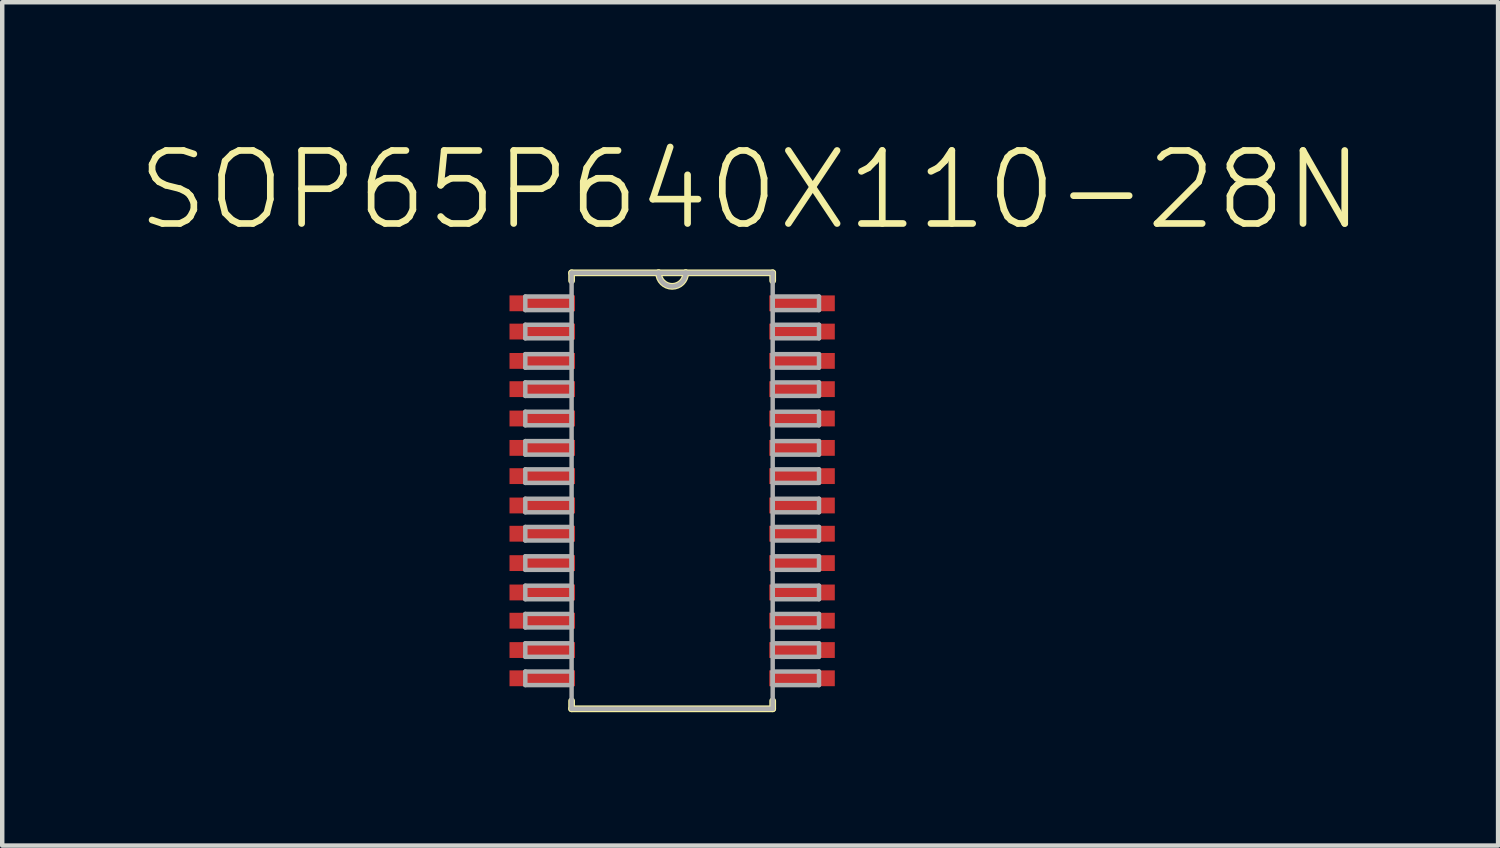
<source format=kicad_pcb>
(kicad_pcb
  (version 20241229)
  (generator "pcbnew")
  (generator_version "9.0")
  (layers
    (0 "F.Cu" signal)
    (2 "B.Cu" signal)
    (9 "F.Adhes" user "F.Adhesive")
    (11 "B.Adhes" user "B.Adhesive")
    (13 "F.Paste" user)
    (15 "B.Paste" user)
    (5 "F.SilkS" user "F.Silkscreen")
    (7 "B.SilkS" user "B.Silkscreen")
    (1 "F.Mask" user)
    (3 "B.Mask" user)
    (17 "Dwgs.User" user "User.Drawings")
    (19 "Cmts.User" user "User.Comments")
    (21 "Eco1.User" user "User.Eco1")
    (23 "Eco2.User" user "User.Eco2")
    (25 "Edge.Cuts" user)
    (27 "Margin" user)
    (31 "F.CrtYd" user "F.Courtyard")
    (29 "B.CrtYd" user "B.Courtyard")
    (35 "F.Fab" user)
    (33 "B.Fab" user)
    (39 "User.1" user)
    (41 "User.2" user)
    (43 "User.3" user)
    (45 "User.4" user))
  (footprint "SOP65P640X110-28N"
    (layer "F.Cu")
    (at 12.065 7.987)
    (property "Reference" "SOP65P640X110-28N" (at 1.754 -6.763 0) (layer "F.SilkS") (effects (font (size 1.642 1.642) (thickness 0.15))))
    (attr through_hole)
    (fp_line (start -2.261 -4.902) (end -2.261 -4.724) (stroke (width 0.152) (type solid)) (layer "F.SilkS"))
    (fp_line (start -2.261 4.724) (end -2.261 4.902) (stroke (width 0.152) (type solid)) (layer "F.SilkS"))
    (fp_line (start -2.261 4.902) (end 2.261 4.902) (stroke (width 0.152) (type solid)) (layer "F.SilkS"))
    (fp_line (start -0.305 -4.902) (end -2.261 -4.902) (stroke (width 0.152) (type solid)) (layer "F.SilkS"))
    (fp_line (start 0.305 -4.902) (end -0.305 -4.902) (stroke (width 0.152) (type solid)) (layer "F.SilkS"))
    (fp_line (start 2.261 -4.902) (end 0.305 -4.902) (stroke (width 0.152) (type solid)) (layer "F.SilkS"))
    (fp_line (start 2.261 -4.724) (end 2.261 -4.902) (stroke (width 0.152) (type solid)) (layer "F.SilkS"))
    (fp_line (start 2.261 4.902) (end 2.261 4.724) (stroke (width 0.152) (type solid)) (layer "F.SilkS"))
    (fp_arc (start 0.3048 -4.9022) (mid 0 -4.5974) (end -0.3048 -4.9022) (stroke (width 0.1524) (type solid)) (layer "F.SilkS"))
    (fp_line (start -3.302 -4.369) (end -3.302 -4.064) (stroke (width 0.1) (type solid)) (layer "F.Fab"))
    (fp_line (start -3.302 -4.064) (end -2.261 -4.064) (stroke (width 0.1) (type solid)) (layer "F.Fab"))
    (fp_line (start -3.302 -3.734) (end -3.302 -3.429) (stroke (width 0.1) (type solid)) (layer "F.Fab"))
    (fp_line (start -3.302 -3.429) (end -2.261 -3.429) (stroke (width 0.1) (type solid)) (layer "F.Fab"))
    (fp_line (start -3.302 -3.073) (end -3.302 -2.769) (stroke (width 0.1) (type solid)) (layer "F.Fab"))
    (fp_line (start -3.302 -2.769) (end -2.261 -2.769) (stroke (width 0.1) (type solid)) (layer "F.Fab"))
    (fp_line (start -3.302 -2.438) (end -3.302 -2.134) (stroke (width 0.1) (type solid)) (layer "F.Fab"))
    (fp_line (start -3.302 -2.134) (end -2.261 -2.134) (stroke (width 0.1) (type solid)) (layer "F.Fab"))
    (fp_line (start -3.302 -1.778) (end -3.302 -1.473) (stroke (width 0.1) (type solid)) (layer "F.Fab"))
    (fp_line (start -3.302 -1.473) (end -2.261 -1.473) (stroke (width 0.1) (type solid)) (layer "F.Fab"))
    (fp_line (start -3.302 -1.118) (end -3.302 -0.813) (stroke (width 0.1) (type solid)) (layer "F.Fab"))
    (fp_line (start -3.302 -0.813) (end -2.261 -0.813) (stroke (width 0.1) (type solid)) (layer "F.Fab"))
    (fp_line (start -3.302 -0.483) (end -3.302 -0.178) (stroke (width 0.1) (type solid)) (layer "F.Fab"))
    (fp_line (start -3.302 -0.178) (end -2.261 -0.178) (stroke (width 0.1) (type solid)) (layer "F.Fab"))
    (fp_line (start -3.302 0.178) (end -3.302 0.483) (stroke (width 0.1) (type solid)) (layer "F.Fab"))
    (fp_line (start -3.302 0.483) (end -2.261 0.483) (stroke (width 0.1) (type solid)) (layer "F.Fab"))
    (fp_line (start -3.302 0.813) (end -3.302 1.118) (stroke (width 0.1) (type solid)) (layer "F.Fab"))
    (fp_line (start -3.302 1.118) (end -2.261 1.118) (stroke (width 0.1) (type solid)) (layer "F.Fab"))
    (fp_line (start -3.302 1.473) (end -3.302 1.778) (stroke (width 0.1) (type solid)) (layer "F.Fab"))
    (fp_line (start -3.302 1.778) (end -2.261 1.778) (stroke (width 0.1) (type solid)) (layer "F.Fab"))
    (fp_line (start -3.302 2.134) (end -3.302 2.438) (stroke (width 0.1) (type solid)) (layer "F.Fab"))
    (fp_line (start -3.302 2.438) (end -2.261 2.438) (stroke (width 0.1) (type solid)) (layer "F.Fab"))
    (fp_line (start -3.302 2.769) (end -3.302 3.073) (stroke (width 0.1) (type solid)) (layer "F.Fab"))
    (fp_line (start -3.302 3.073) (end -2.261 3.073) (stroke (width 0.1) (type solid)) (layer "F.Fab"))
    (fp_line (start -3.302 3.429) (end -3.302 3.734) (stroke (width 0.1) (type solid)) (layer "F.Fab"))
    (fp_line (start -3.302 3.734) (end -2.261 3.734) (stroke (width 0.1) (type solid)) (layer "F.Fab"))
    (fp_line (start -3.302 4.064) (end -3.302 4.369) (stroke (width 0.1) (type solid)) (layer "F.Fab"))
    (fp_line (start -3.302 4.369) (end -2.261 4.369) (stroke (width 0.1) (type solid)) (layer "F.Fab"))
    (fp_line (start -2.261 -4.902) (end -2.261 4.902) (stroke (width 0.1) (type solid)) (layer "F.Fab"))
    (fp_line (start -2.261 -4.369) (end -3.302 -4.369) (stroke (width 0.1) (type solid)) (layer "F.Fab"))
    (fp_line (start -2.261 -4.064) (end -2.261 -4.369) (stroke (width 0.1) (type solid)) (layer "F.Fab"))
    (fp_line (start -2.261 -3.734) (end -3.302 -3.734) (stroke (width 0.1) (type solid)) (layer "F.Fab"))
    (fp_line (start -2.261 -3.429) (end -2.261 -3.734) (stroke (width 0.1) (type solid)) (layer "F.Fab"))
    (fp_line (start -2.261 -3.073) (end -3.302 -3.073) (stroke (width 0.1) (type solid)) (layer "F.Fab"))
    (fp_line (start -2.261 -2.769) (end -2.261 -3.073) (stroke (width 0.1) (type solid)) (layer "F.Fab"))
    (fp_line (start -2.261 -2.438) (end -3.302 -2.438) (stroke (width 0.1) (type solid)) (layer "F.Fab"))
    (fp_line (start -2.261 -2.134) (end -2.261 -2.438) (stroke (width 0.1) (type solid)) (layer "F.Fab"))
    (fp_line (start -2.261 -1.778) (end -3.302 -1.778) (stroke (width 0.1) (type solid)) (layer "F.Fab"))
    (fp_line (start -2.261 -1.473) (end -2.261 -1.778) (stroke (width 0.1) (type solid)) (layer "F.Fab"))
    (fp_line (start -2.261 -1.118) (end -3.302 -1.118) (stroke (width 0.1) (type solid)) (layer "F.Fab"))
    (fp_line (start -2.261 -0.813) (end -2.261 -1.118) (stroke (width 0.1) (type solid)) (layer "F.Fab"))
    (fp_line (start -2.261 -0.483) (end -3.302 -0.483) (stroke (width 0.1) (type solid)) (layer "F.Fab"))
    (fp_line (start -2.261 -0.178) (end -2.261 -0.483) (stroke (width 0.1) (type solid)) (layer "F.Fab"))
    (fp_line (start -2.261 0.178) (end -3.302 0.178) (stroke (width 0.1) (type solid)) (layer "F.Fab"))
    (fp_line (start -2.261 0.483) (end -2.261 0.178) (stroke (width 0.1) (type solid)) (layer "F.Fab"))
    (fp_line (start -2.261 0.813) (end -3.302 0.813) (stroke (width 0.1) (type solid)) (layer "F.Fab"))
    (fp_line (start -2.261 1.118) (end -2.261 0.813) (stroke (width 0.1) (type solid)) (layer "F.Fab"))
    (fp_line (start -2.261 1.473) (end -3.302 1.473) (stroke (width 0.1) (type solid)) (layer "F.Fab"))
    (fp_line (start -2.261 1.778) (end -2.261 1.473) (stroke (width 0.1) (type solid)) (layer "F.Fab"))
    (fp_line (start -2.261 2.134) (end -3.302 2.134) (stroke (width 0.1) (type solid)) (layer "F.Fab"))
    (fp_line (start -2.261 2.438) (end -2.261 2.134) (stroke (width 0.1) (type solid)) (layer "F.Fab"))
    (fp_line (start -2.261 2.769) (end -3.302 2.769) (stroke (width 0.1) (type solid)) (layer "F.Fab"))
    (fp_line (start -2.261 3.073) (end -2.261 2.769) (stroke (width 0.1) (type solid)) (layer "F.Fab"))
    (fp_line (start -2.261 3.429) (end -3.302 3.429) (stroke (width 0.1) (type solid)) (layer "F.Fab"))
    (fp_line (start -2.261 3.734) (end -2.261 3.429) (stroke (width 0.1) (type solid)) (layer "F.Fab"))
    (fp_line (start -2.261 4.064) (end -3.302 4.064) (stroke (width 0.1) (type solid)) (layer "F.Fab"))
    (fp_line (start -2.261 4.369) (end -2.261 4.064) (stroke (width 0.1) (type solid)) (layer "F.Fab"))
    (fp_line (start -2.261 4.902) (end 2.261 4.902) (stroke (width 0.1) (type solid)) (layer "F.Fab"))
    (fp_line (start -0.305 -4.902) (end -2.261 -4.902) (stroke (width 0.1) (type solid)) (layer "F.Fab"))
    (fp_line (start 0.305 -4.902) (end -0.305 -4.902) (stroke (width 0.1) (type solid)) (layer "F.Fab"))
    (fp_line (start 2.261 -4.902) (end 0.305 -4.902) (stroke (width 0.1) (type solid)) (layer "F.Fab"))
    (fp_line (start 2.261 -4.369) (end 2.261 -4.064) (stroke (width 0.1) (type solid)) (layer "F.Fab"))
    (fp_line (start 2.261 -4.064) (end 3.302 -4.064) (stroke (width 0.1) (type solid)) (layer "F.Fab"))
    (fp_line (start 2.261 -3.734) (end 2.261 -3.429) (stroke (width 0.1) (type solid)) (layer "F.Fab"))
    (fp_line (start 2.261 -3.429) (end 3.302 -3.429) (stroke (width 0.1) (type solid)) (layer "F.Fab"))
    (fp_line (start 2.261 -3.073) (end 2.261 -2.769) (stroke (width 0.1) (type solid)) (layer "F.Fab"))
    (fp_line (start 2.261 -2.769) (end 3.302 -2.769) (stroke (width 0.1) (type solid)) (layer "F.Fab"))
    (fp_line (start 2.261 -2.438) (end 2.261 -2.134) (stroke (width 0.1) (type solid)) (layer "F.Fab"))
    (fp_line (start 2.261 -2.134) (end 3.302 -2.134) (stroke (width 0.1) (type solid)) (layer "F.Fab"))
    (fp_line (start 2.261 -1.778) (end 2.261 -1.473) (stroke (width 0.1) (type solid)) (layer "F.Fab"))
    (fp_line (start 2.261 -1.473) (end 3.302 -1.473) (stroke (width 0.1) (type solid)) (layer "F.Fab"))
    (fp_line (start 2.261 -1.118) (end 2.261 -0.813) (stroke (width 0.1) (type solid)) (layer "F.Fab"))
    (fp_line (start 2.261 -0.813) (end 3.302 -0.813) (stroke (width 0.1) (type solid)) (layer "F.Fab"))
    (fp_line (start 2.261 -0.483) (end 2.261 -0.178) (stroke (width 0.1) (type solid)) (layer "F.Fab"))
    (fp_line (start 2.261 -0.178) (end 3.302 -0.178) (stroke (width 0.1) (type solid)) (layer "F.Fab"))
    (fp_line (start 2.261 0.178) (end 2.261 0.483) (stroke (width 0.1) (type solid)) (layer "F.Fab"))
    (fp_line (start 2.261 0.483) (end 3.302 0.483) (stroke (width 0.1) (type solid)) (layer "F.Fab"))
    (fp_line (start 2.261 0.813) (end 2.261 1.118) (stroke (width 0.1) (type solid)) (layer "F.Fab"))
    (fp_line (start 2.261 1.118) (end 3.302 1.118) (stroke (width 0.1) (type solid)) (layer "F.Fab"))
    (fp_line (start 2.261 1.473) (end 2.261 1.778) (stroke (width 0.1) (type solid)) (layer "F.Fab"))
    (fp_line (start 2.261 1.778) (end 3.302 1.778) (stroke (width 0.1) (type solid)) (layer "F.Fab"))
    (fp_line (start 2.261 2.134) (end 2.261 2.438) (stroke (width 0.1) (type solid)) (layer "F.Fab"))
    (fp_line (start 2.261 2.438) (end 3.302 2.438) (stroke (width 0.1) (type solid)) (layer "F.Fab"))
    (fp_line (start 2.261 2.769) (end 2.261 3.073) (stroke (width 0.1) (type solid)) (layer "F.Fab"))
    (fp_line (start 2.261 3.073) (end 3.302 3.073) (stroke (width 0.1) (type solid)) (layer "F.Fab"))
    (fp_line (start 2.261 3.429) (end 2.261 3.734) (stroke (width 0.1) (type solid)) (layer "F.Fab"))
    (fp_line (start 2.261 3.734) (end 3.302 3.734) (stroke (width 0.1) (type solid)) (layer "F.Fab"))
    (fp_line (start 2.261 4.064) (end 2.261 4.369) (stroke (width 0.1) (type solid)) (layer "F.Fab"))
    (fp_line (start 2.261 4.369) (end 3.302 4.369) (stroke (width 0.1) (type solid)) (layer "F.Fab"))
    (fp_line (start 2.261 4.902) (end 2.261 -4.902) (stroke (width 0.1) (type solid)) (layer "F.Fab"))
    (fp_line (start 3.302 -4.369) (end 2.261 -4.369) (stroke (width 0.1) (type solid)) (layer "F.Fab"))
    (fp_line (start 3.302 -4.064) (end 3.302 -4.369) (stroke (width 0.1) (type solid)) (layer "F.Fab"))
    (fp_line (start 3.302 -3.734) (end 2.261 -3.734) (stroke (width 0.1) (type solid)) (layer "F.Fab"))
    (fp_line (start 3.302 -3.429) (end 3.302 -3.734) (stroke (width 0.1) (type solid)) (layer "F.Fab"))
    (fp_line (start 3.302 -3.073) (end 2.261 -3.073) (stroke (width 0.1) (type solid)) (layer "F.Fab"))
    (fp_line (start 3.302 -2.769) (end 3.302 -3.073) (stroke (width 0.1) (type solid)) (layer "F.Fab"))
    (fp_line (start 3.302 -2.438) (end 2.261 -2.438) (stroke (width 0.1) (type solid)) (layer "F.Fab"))
    (fp_line (start 3.302 -2.134) (end 3.302 -2.438) (stroke (width 0.1) (type solid)) (layer "F.Fab"))
    (fp_line (start 3.302 -1.778) (end 2.261 -1.778) (stroke (width 0.1) (type solid)) (layer "F.Fab"))
    (fp_line (start 3.302 -1.473) (end 3.302 -1.778) (stroke (width 0.1) (type solid)) (layer "F.Fab"))
    (fp_line (start 3.302 -1.118) (end 2.261 -1.118) (stroke (width 0.1) (type solid)) (layer "F.Fab"))
    (fp_line (start 3.302 -0.813) (end 3.302 -1.118) (stroke (width 0.1) (type solid)) (layer "F.Fab"))
    (fp_line (start 3.302 -0.483) (end 2.261 -0.483) (stroke (width 0.1) (type solid)) (layer "F.Fab"))
    (fp_line (start 3.302 -0.178) (end 3.302 -0.483) (stroke (width 0.1) (type solid)) (layer "F.Fab"))
    (fp_line (start 3.302 0.178) (end 2.261 0.178) (stroke (width 0.1) (type solid)) (layer "F.Fab"))
    (fp_line (start 3.302 0.483) (end 3.302 0.178) (stroke (width 0.1) (type solid)) (layer "F.Fab"))
    (fp_line (start 3.302 0.813) (end 2.261 0.813) (stroke (width 0.1) (type solid)) (layer "F.Fab"))
    (fp_line (start 3.302 1.118) (end 3.302 0.813) (stroke (width 0.1) (type solid)) (layer "F.Fab"))
    (fp_line (start 3.302 1.473) (end 2.261 1.473) (stroke (width 0.1) (type solid)) (layer "F.Fab"))
    (fp_line (start 3.302 1.778) (end 3.302 1.473) (stroke (width 0.1) (type solid)) (layer "F.Fab"))
    (fp_line (start 3.302 2.134) (end 2.261 2.134) (stroke (width 0.1) (type solid)) (layer "F.Fab"))
    (fp_line (start 3.302 2.438) (end 3.302 2.134) (stroke (width 0.1) (type solid)) (layer "F.Fab"))
    (fp_line (start 3.302 2.769) (end 2.261 2.769) (stroke (width 0.1) (type solid)) (layer "F.Fab"))
    (fp_line (start 3.302 3.073) (end 3.302 2.769) (stroke (width 0.1) (type solid)) (layer "F.Fab"))
    (fp_line (start 3.302 3.429) (end 2.261 3.429) (stroke (width 0.1) (type solid)) (layer "F.Fab"))
    (fp_line (start 3.302 3.734) (end 3.302 3.429) (stroke (width 0.1) (type solid)) (layer "F.Fab"))
    (fp_line (start 3.302 4.064) (end 2.261 4.064) (stroke (width 0.1) (type solid)) (layer "F.Fab"))
    (fp_line (start 3.302 4.369) (end 3.302 4.064) (stroke (width 0.1) (type solid)) (layer "F.Fab"))
    (fp_arc (start 0.3048 -4.9022) (mid 0 -4.5974) (end -0.3048 -4.9022) (stroke (width 0.1) (type solid)) (layer "F.Fab"))
    (pad "1" smd rect (at -2.921 -4.216) (size 1.473 0.356) (layers "F.Cu" "F.Mask" "F.Paste"))
    (pad "2" smd rect (at -2.921 -3.581) (size 1.473 0.356) (layers "F.Cu" "F.Mask" "F.Paste"))
    (pad "3" smd rect (at -2.921 -2.921) (size 1.473 0.356) (layers "F.Cu" "F.Mask" "F.Paste"))
    (pad "4" smd rect (at -2.921 -2.286) (size 1.473 0.356) (layers "F.Cu" "F.Mask" "F.Paste"))
    (pad "5" smd rect (at -2.921 -1.626) (size 1.473 0.356) (layers "F.Cu" "F.Mask" "F.Paste"))
    (pad "6" smd rect (at -2.921 -0.965) (size 1.473 0.356) (layers "F.Cu" "F.Mask" "F.Paste"))
    (pad "7" smd rect (at -2.921 -0.33) (size 1.473 0.356) (layers "F.Cu" "F.Mask" "F.Paste"))
    (pad "8" smd rect (at -2.921 0.33) (size 1.473 0.356) (layers "F.Cu" "F.Mask" "F.Paste"))
    (pad "9" smd rect (at -2.921 0.965) (size 1.473 0.356) (layers "F.Cu" "F.Mask" "F.Paste"))
    (pad "10" smd rect (at -2.921 1.626) (size 1.473 0.356) (layers "F.Cu" "F.Mask" "F.Paste"))
    (pad "11" smd rect (at -2.921 2.286) (size 1.473 0.356) (layers "F.Cu" "F.Mask" "F.Paste"))
    (pad "12" smd rect (at -2.921 2.921) (size 1.473 0.356) (layers "F.Cu" "F.Mask" "F.Paste"))
    (pad "13" smd rect (at -2.921 3.581) (size 1.473 0.356) (layers "F.Cu" "F.Mask" "F.Paste"))
    (pad "14" smd rect (at -2.921 4.216) (size 1.473 0.356) (layers "F.Cu" "F.Mask" "F.Paste"))
    (pad "15" smd rect (at 2.921 4.216) (size 1.473 0.356) (layers "F.Cu" "F.Mask" "F.Paste"))
    (pad "16" smd rect (at 2.921 3.581) (size 1.473 0.356) (layers "F.Cu" "F.Mask" "F.Paste"))
    (pad "17" smd rect (at 2.921 2.921) (size 1.473 0.356) (layers "F.Cu" "F.Mask" "F.Paste"))
    (pad "18" smd rect (at 2.921 2.286) (size 1.473 0.356) (layers "F.Cu" "F.Mask" "F.Paste"))
    (pad "19" smd rect (at 2.921 1.626) (size 1.473 0.356) (layers "F.Cu" "F.Mask" "F.Paste"))
    (pad "20" smd rect (at 2.921 0.965) (size 1.473 0.356) (layers "F.Cu" "F.Mask" "F.Paste"))
    (pad "21" smd rect (at 2.921 0.33) (size 1.473 0.356) (layers "F.Cu" "F.Mask" "F.Paste"))
    (pad "22" smd rect (at 2.921 -0.33) (size 1.473 0.356) (layers "F.Cu" "F.Mask" "F.Paste"))
    (pad "23" smd rect (at 2.921 -0.965) (size 1.473 0.356) (layers "F.Cu" "F.Mask" "F.Paste"))
    (pad "24" smd rect (at 2.921 -1.626) (size 1.473 0.356) (layers "F.Cu" "F.Mask" "F.Paste"))
    (pad "25" smd rect (at 2.921 -2.286) (size 1.473 0.356) (layers "F.Cu" "F.Mask" "F.Paste"))
    (pad "26" smd rect (at 2.921 -2.921) (size 1.473 0.356) (layers "F.Cu" "F.Mask" "F.Paste"))
    (pad "27" smd rect (at 2.921 -3.581) (size 1.473 0.356) (layers "F.Cu" "F.Mask" "F.Paste"))
    (pad "28" smd rect (at 2.921 -4.216) (size 1.473 0.356) (layers "F.Cu" "F.Mask" "F.Paste")))
  (gr_rect
    (start -3 -3)
    (end 30.638 15.965)
    (stroke (width 0.1) (type default))
    (fill no)
    (layer "Edge.Cuts")))
</source>
